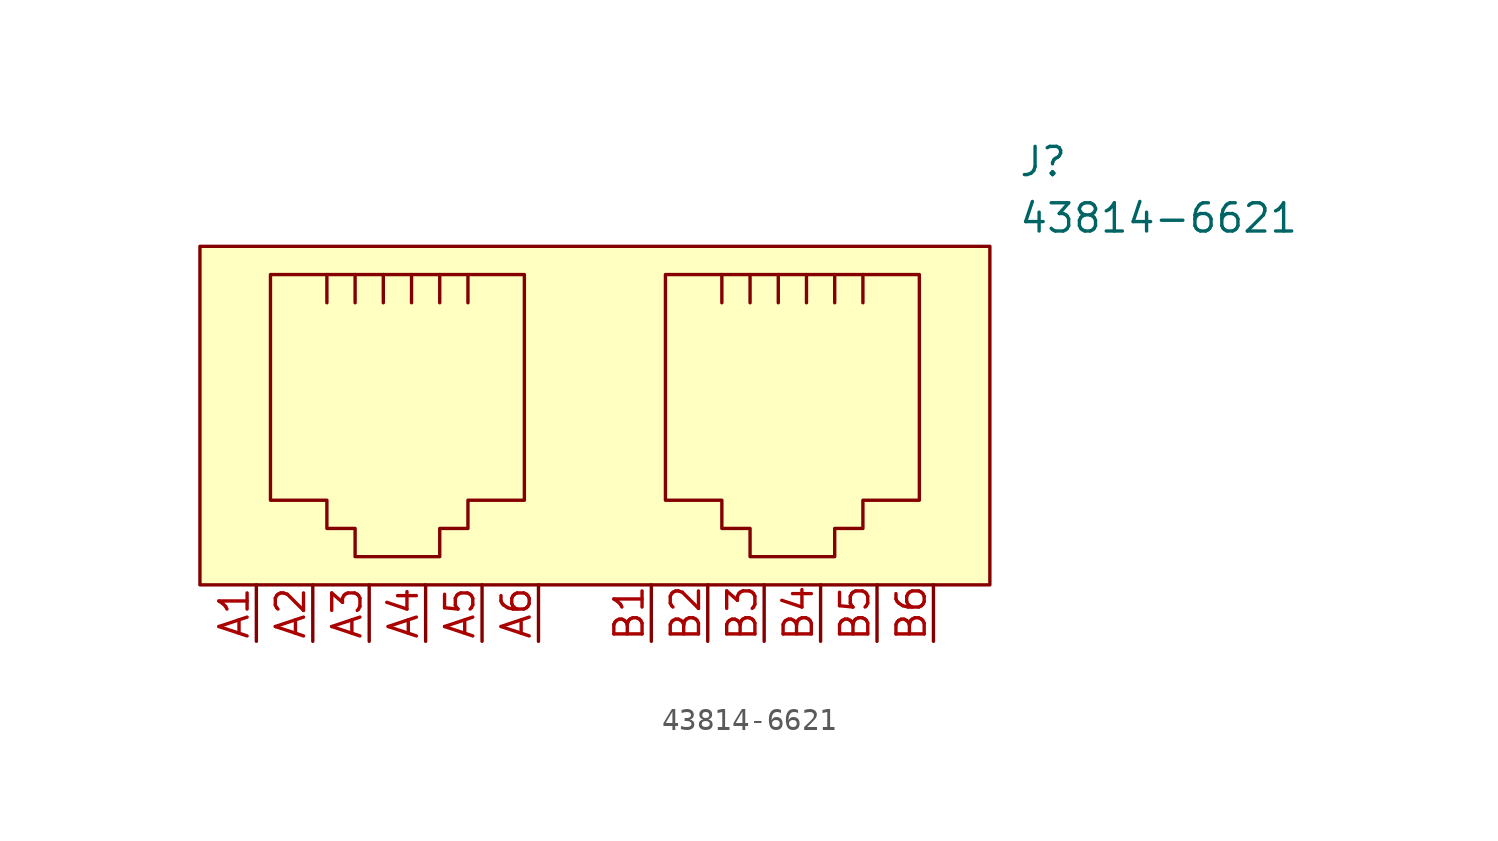
<source format=kicad_sym>
(kicad_symbol_lib
  (version 20211014)
  (generator kicad_symbol_editor)
  (symbol "43814-6621"
    (pin_names
      (offset 0.762))
    (property "Reference" "J"
      (at 19.05 11.43 0)
      (effects (font (size 1.27 1.27)) (justify left)))
    (property "Value" "43814-6621"
      (at 19.05 8.89 0)
      (effects (font (size 1.27 1.27)) (justify left)))
    (symbol "43814-6621_0_1"
      (polyline (pts (xy -12.065 6.35) (xy -12.065 5.08) (xy -12.065 5.08)) (stroke (width 0) (type default) (color 0 0 0 0)) (fill (type none)))
      (polyline (pts (xy -10.795 6.35) (xy -10.795 5.08) (xy -10.795 5.08)) (stroke (width 0) (type default) (color 0 0 0 0)) (fill (type none)))
      (polyline (pts (xy -9.525 6.35) (xy -9.525 5.08) (xy -9.525 5.08)) (stroke (width 0) (type default) (color 0 0 0 0)) (fill (type none)))
      (polyline (pts (xy -8.255 6.35) (xy -8.255 5.08) (xy -8.255 5.08)) (stroke (width 0) (type default) (color 0 0 0 0)) (fill (type none)))
      (polyline (pts (xy -6.985 6.35) (xy -6.985 5.08) (xy -6.985 5.08)) (stroke (width 0) (type default) (color 0 0 0 0)) (fill (type none)))
      (polyline (pts (xy -5.715 5.08) (xy -5.715 6.35) (xy -5.715 6.35)) (stroke (width 0) (type default) (color 0 0 0 0)) (fill (type none)))
      (polyline (pts (xy 5.715 6.35) (xy 5.715 5.08) (xy 5.715 5.08)) (stroke (width 0) (type default) (color 0 0 0 0)) (fill (type none)))
      (polyline (pts (xy 6.985 6.35) (xy 6.985 5.08) (xy 6.985 5.08)) (stroke (width 0) (type default) (color 0 0 0 0)) (fill (type none)))
      (polyline (pts (xy 8.255 6.35) (xy 8.255 5.08) (xy 8.255 5.08)) (stroke (width 0) (type default) (color 0 0 0 0)) (fill (type none)))
      (polyline (pts (xy 9.525 6.35) (xy 9.525 5.08) (xy 9.525 5.08)) (stroke (width 0) (type default) (color 0 0 0 0)) (fill (type none)))
      (polyline (pts (xy 10.795 6.35) (xy 10.795 5.08) (xy 10.795 5.08)) (stroke (width 0) (type default) (color 0 0 0 0)) (fill (type none)))
      (polyline (pts (xy 12.065 5.08) (xy 12.065 6.35) (xy 12.065 6.35)) (stroke (width 0) (type default) (color 0 0 0 0)) (fill (type none)))
      (polyline (pts (xy -14.605 6.35) (xy -3.175 6.35) (xy -3.175 -3.81) (xy -5.715 -3.81) (xy -5.715 -5.08) (xy -6.985 -5.08) (xy -6.985 -6.35) (xy -10.795 -6.35) (xy -10.795 -5.08) (xy -12.065 -5.08) (xy -12.065 -3.81) (xy -14.605 -3.81) (xy -14.605 6.35) (xy -14.605 6.35)) (stroke (width 0) (type default) (color 0 0 0 0)) (fill (type none)))
      (polyline (pts (xy 3.175 6.35) (xy 14.605 6.35) (xy 14.605 -3.81) (xy 12.065 -3.81) (xy 12.065 -5.08) (xy 10.795 -5.08) (xy 10.795 -6.35) (xy 6.985 -6.35) (xy 6.985 -5.08) (xy 5.715 -5.08) (xy 5.715 -3.81) (xy 3.175 -3.81) (xy 3.175 6.35) (xy 3.175 6.35)) (stroke (width 0) (type default) (color 0 0 0 0)) (fill (type none)))
      (rectangle (start 17.78 -7.62) (end -17.78 7.62) (stroke (width 0.152) (type default) (color 0 0 0 0)) (fill (type background))))
    (symbol "43814-6621_1_1"
      (pin passive line (at -15.24 -10.16 90) (length 2.54) (name "~" (effects (font (size 1.27 1.27)))) (number "A1" (effects (font (size 1.27 1.27)))))
      (pin passive line (at -12.7 -10.16 90) (length 2.54) (name "~" (effects (font (size 1.27 1.27)))) (number "A2" (effects (font (size 1.27 1.27)))))
      (pin passive line (at -10.16 -10.16 90) (length 2.54) (name "~" (effects (font (size 1.27 1.27)))) (number "A3" (effects (font (size 1.27 1.27)))))
      (pin passive line (at -7.62 -10.16 90) (length 2.54) (name "~" (effects (font (size 1.27 1.27)))) (number "A4" (effects (font (size 1.27 1.27)))))
      (pin passive line (at -5.08 -10.16 90) (length 2.54) (name "~" (effects (font (size 1.27 1.27)))) (number "A5" (effects (font (size 1.27 1.27)))))
      (pin passive line (at -2.54 -10.16 90) (length 2.54) (name "~" (effects (font (size 1.27 1.27)))) (number "A6" (effects (font (size 1.27 1.27)))))
      (pin passive line (at 2.54 -10.16 90) (length 2.54) (name "~" (effects (font (size 1.27 1.27)))) (number "B1" (effects (font (size 1.27 1.27)))))
      (pin passive line (at 5.08 -10.16 90) (length 2.54) (name "~" (effects (font (size 1.27 1.27)))) (number "B2" (effects (font (size 1.27 1.27)))))
      (pin passive line (at 7.62 -10.16 90) (length 2.54) (name "~" (effects (font (size 1.27 1.27)))) (number "B3" (effects (font (size 1.27 1.27)))))
      (pin passive line (at 10.16 -10.16 90) (length 2.54) (name "~" (effects (font (size 1.27 1.27)))) (number "B4" (effects (font (size 1.27 1.27)))))
      (pin passive line (at 12.7 -10.16 90) (length 2.54) (name "~" (effects (font (size 1.27 1.27)))) (number "B5" (effects (font (size 1.27 1.27)))))
      (pin passive line (at 15.24 -10.16 90) (length 2.54) (name "~" (effects (font (size 1.27 1.27)))) (number "B6" (effects (font (size 1.27 1.27))))))))
</source>
